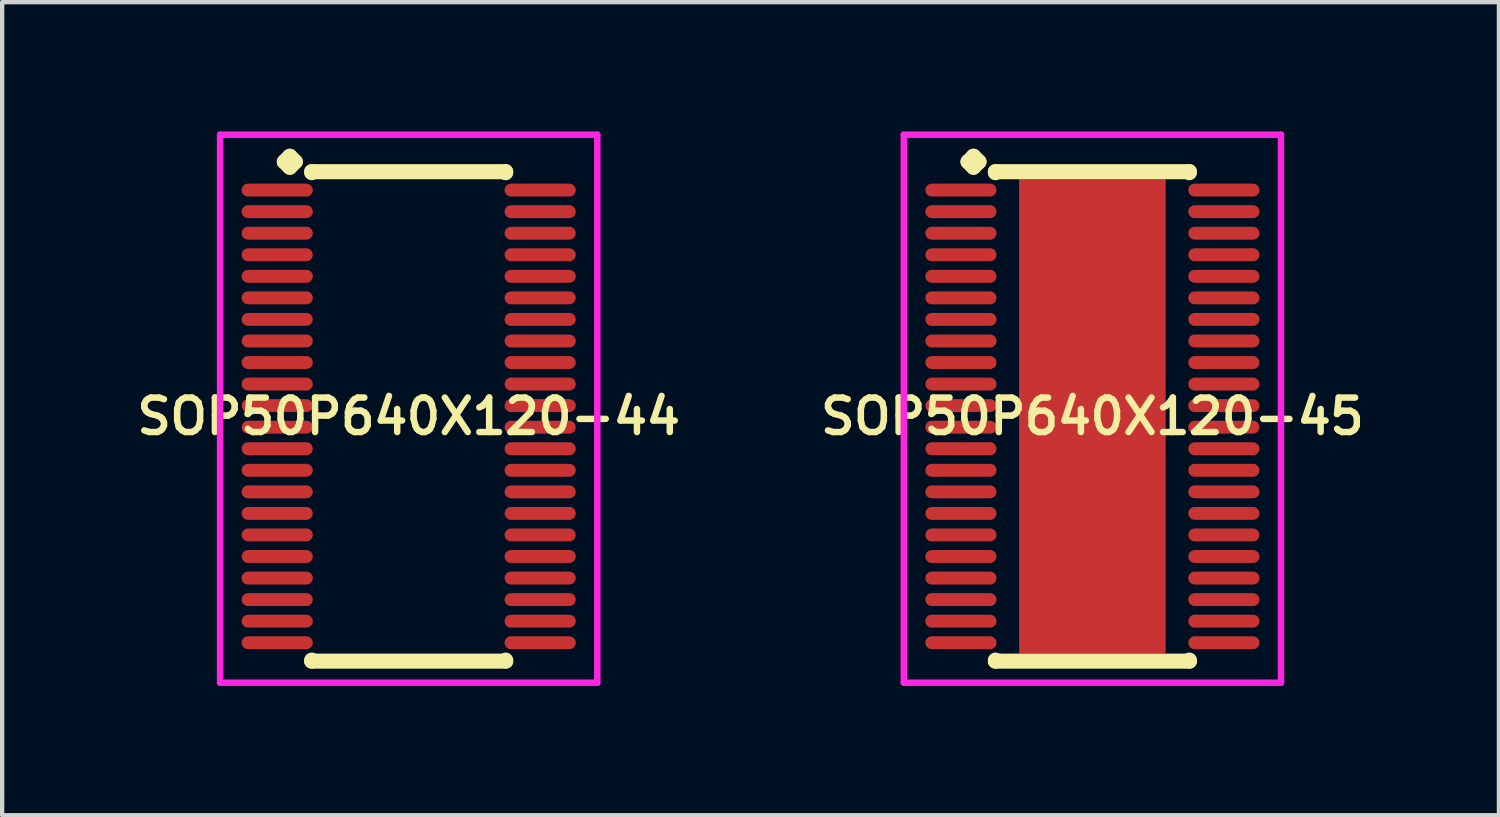
<source format=kicad_pcb>
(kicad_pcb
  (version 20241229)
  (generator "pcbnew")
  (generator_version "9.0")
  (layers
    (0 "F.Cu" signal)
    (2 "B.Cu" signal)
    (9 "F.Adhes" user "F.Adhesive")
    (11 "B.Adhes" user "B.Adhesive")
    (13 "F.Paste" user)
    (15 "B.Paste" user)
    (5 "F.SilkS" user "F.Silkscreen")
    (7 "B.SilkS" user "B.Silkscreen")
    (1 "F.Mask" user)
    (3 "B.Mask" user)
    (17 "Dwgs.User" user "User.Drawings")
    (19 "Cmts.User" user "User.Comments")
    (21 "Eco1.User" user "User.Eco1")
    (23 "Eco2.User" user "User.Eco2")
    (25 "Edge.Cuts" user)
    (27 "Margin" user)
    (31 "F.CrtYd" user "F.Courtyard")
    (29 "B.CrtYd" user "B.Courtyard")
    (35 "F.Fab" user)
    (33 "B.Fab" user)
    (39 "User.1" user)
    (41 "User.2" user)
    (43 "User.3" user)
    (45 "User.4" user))
  (footprint "SOP50P640X120-45"
    (layer "F.Cu")
    (at 22.292 6.61)
    (property "Reference" "SOP50P640X120-45" (at 0 0 0) (layer "F.SilkS") (effects (font (size 0.8 0.8) (thickness 0.15))))
    (attr smd)
    (fp_line (start -2.885 -5.908) (end -2.758 -6.035) (stroke (width 0.35) (type solid)) (layer "F.SilkS"))
    (fp_line (start -2.758 -6.035) (end -2.631 -5.908) (stroke (width 0.35) (type solid)) (layer "F.SilkS"))
    (fp_line (start -2.758 -5.781) (end -2.885 -5.908) (stroke (width 0.35) (type solid)) (layer "F.SilkS"))
    (fp_line (start -2.631 -5.908) (end -2.758 -5.781) (stroke (width 0.35) (type solid)) (layer "F.SilkS"))
    (fp_line (start -2.25 -5.677) (end 2.25 -5.677) (stroke (width 0.35) (type solid)) (layer "F.SilkS"))
    (fp_line (start -2.25 -5.654) (end -2.25 -5.677) (stroke (width 0.35) (type solid)) (layer "F.SilkS"))
    (fp_line (start -2.25 5.654) (end -2.25 5.677) (stroke (width 0.35) (type solid)) (layer "F.SilkS"))
    (fp_line (start -2.25 5.677) (end 2.25 5.677) (stroke (width 0.35) (type solid)) (layer "F.SilkS"))
    (fp_line (start 2.25 -5.677) (end 2.25 -5.654) (stroke (width 0.35) (type solid)) (layer "F.SilkS"))
    (fp_line (start 2.25 5.677) (end 2.25 5.654) (stroke (width 0.35) (type solid)) (layer "F.SilkS"))
    (fp_line (start -4.375 -6.535) (end 4.375 -6.535) (stroke (width 0.15) (type solid)) (layer "F.CrtYd"))
    (fp_line (start -4.375 6.177) (end -4.375 -6.535) (stroke (width 0.15) (type solid)) (layer "F.CrtYd"))
    (fp_line (start 4.375 -6.535) (end 4.375 6.177) (stroke (width 0.15) (type solid)) (layer "F.CrtYd"))
    (fp_line (start 4.375 6.177) (end -4.375 6.177) (stroke (width 0.15) (type solid)) (layer "F.CrtYd"))
    (pad "1" smd oval (at -3.05 -5.25) (size 1.65 0.3) (layers "F.Cu" "F.Mask" "F.Paste"))
    (pad "2" smd oval (at -3.05 -4.75) (size 1.65 0.3) (layers "F.Cu" "F.Mask" "F.Paste"))
    (pad "3" smd oval (at -3.05 -4.25) (size 1.65 0.3) (layers "F.Cu" "F.Mask" "F.Paste"))
    (pad "4" smd oval (at -3.05 -3.75) (size 1.65 0.3) (layers "F.Cu" "F.Mask" "F.Paste"))
    (pad "5" smd oval (at -3.05 -3.25) (size 1.65 0.3) (layers "F.Cu" "F.Mask" "F.Paste"))
    (pad "6" smd oval (at -3.05 -2.75) (size 1.65 0.3) (layers "F.Cu" "F.Mask" "F.Paste"))
    (pad "7" smd oval (at -3.05 -2.25) (size 1.65 0.3) (layers "F.Cu" "F.Mask" "F.Paste"))
    (pad "8" smd oval (at -3.05 -1.75) (size 1.65 0.3) (layers "F.Cu" "F.Mask" "F.Paste"))
    (pad "9" smd oval (at -3.05 -1.25) (size 1.65 0.3) (layers "F.Cu" "F.Mask" "F.Paste"))
    (pad "10" smd oval (at -3.05 -0.75) (size 1.65 0.3) (layers "F.Cu" "F.Mask" "F.Paste"))
    (pad "11" smd oval (at -3.05 -0.25) (size 1.65 0.3) (layers "F.Cu" "F.Mask" "F.Paste"))
    (pad "12" smd oval (at -3.05 0.25) (size 1.65 0.3) (layers "F.Cu" "F.Mask" "F.Paste"))
    (pad "13" smd oval (at -3.05 0.75) (size 1.65 0.3) (layers "F.Cu" "F.Mask" "F.Paste"))
    (pad "14" smd oval (at -3.05 1.25) (size 1.65 0.3) (layers "F.Cu" "F.Mask" "F.Paste"))
    (pad "15" smd oval (at -3.05 1.75) (size 1.65 0.3) (layers "F.Cu" "F.Mask" "F.Paste"))
    (pad "16" smd oval (at -3.05 2.25) (size 1.65 0.3) (layers "F.Cu" "F.Mask" "F.Paste"))
    (pad "17" smd oval (at -3.05 2.75) (size 1.65 0.3) (layers "F.Cu" "F.Mask" "F.Paste"))
    (pad "18" smd oval (at -3.05 3.25) (size 1.65 0.3) (layers "F.Cu" "F.Mask" "F.Paste"))
    (pad "19" smd oval (at -3.05 3.75) (size 1.65 0.3) (layers "F.Cu" "F.Mask" "F.Paste"))
    (pad "20" smd oval (at -3.05 4.25) (size 1.65 0.3) (layers "F.Cu" "F.Mask" "F.Paste"))
    (pad "21" smd oval (at -3.05 4.75) (size 1.65 0.3) (layers "F.Cu" "F.Mask" "F.Paste"))
    (pad "22" smd oval (at -3.05 5.25) (size 1.65 0.3) (layers "F.Cu" "F.Mask" "F.Paste"))
    (pad "23" smd oval (at 3.05 5.25) (size 1.65 0.3) (layers "F.Cu" "F.Mask" "F.Paste"))
    (pad "24" smd oval (at 3.05 4.75) (size 1.65 0.3) (layers "F.Cu" "F.Mask" "F.Paste"))
    (pad "25" smd oval (at 3.05 4.25) (size 1.65 0.3) (layers "F.Cu" "F.Mask" "F.Paste"))
    (pad "26" smd oval (at 3.05 3.75) (size 1.65 0.3) (layers "F.Cu" "F.Mask" "F.Paste"))
    (pad "27" smd oval (at 3.05 3.25) (size 1.65 0.3) (layers "F.Cu" "F.Mask" "F.Paste"))
    (pad "28" smd oval (at 3.05 2.75) (size 1.65 0.3) (layers "F.Cu" "F.Mask" "F.Paste"))
    (pad "29" smd oval (at 3.05 2.25) (size 1.65 0.3) (layers "F.Cu" "F.Mask" "F.Paste"))
    (pad "30" smd oval (at 3.05 1.75) (size 1.65 0.3) (layers "F.Cu" "F.Mask" "F.Paste"))
    (pad "31" smd oval (at 3.05 1.25) (size 1.65 0.3) (layers "F.Cu" "F.Mask" "F.Paste"))
    (pad "32" smd oval (at 3.05 0.75) (size 1.65 0.3) (layers "F.Cu" "F.Mask" "F.Paste"))
    (pad "33" smd oval (at 3.05 0.25) (size 1.65 0.3) (layers "F.Cu" "F.Mask" "F.Paste"))
    (pad "34" smd oval (at 3.05 -0.25) (size 1.65 0.3) (layers "F.Cu" "F.Mask" "F.Paste"))
    (pad "35" smd oval (at 3.05 -0.75) (size 1.65 0.3) (layers "F.Cu" "F.Mask" "F.Paste"))
    (pad "36" smd oval (at 3.05 -1.25) (size 1.65 0.3) (layers "F.Cu" "F.Mask" "F.Paste"))
    (pad "37" smd oval (at 3.05 -1.75) (size 1.65 0.3) (layers "F.Cu" "F.Mask" "F.Paste"))
    (pad "38" smd oval (at 3.05 -2.25) (size 1.65 0.3) (layers "F.Cu" "F.Mask" "F.Paste"))
    (pad "39" smd oval (at 3.05 -2.75) (size 1.65 0.3) (layers "F.Cu" "F.Mask" "F.Paste"))
    (pad "40" smd oval (at 3.05 -3.25) (size 1.65 0.3) (layers "F.Cu" "F.Mask" "F.Paste"))
    (pad "41" smd oval (at 3.05 -3.75) (size 1.65 0.3) (layers "F.Cu" "F.Mask" "F.Paste"))
    (pad "42" smd oval (at 3.05 -4.25) (size 1.65 0.3) (layers "F.Cu" "F.Mask" "F.Paste"))
    (pad "43" smd oval (at 3.05 -4.75) (size 1.65 0.3) (layers "F.Cu" "F.Mask" "F.Paste"))
    (pad "44" smd oval (at 3.05 -5.25) (size 1.65 0.3) (layers "F.Cu" "F.Mask" "F.Paste"))
    (pad "45" smd rect (at 0 0) (size 3.4 11) (layers "F.Cu" "F.Mask" "F.Paste")))
  (footprint "SOP50P640X120-44"
    (layer "F.Cu")
    (at 6.431 6.61)
    (property "Reference" "SOP50P640X120-44" (at 0 0 0) (layer "F.SilkS") (effects (font (size 0.8 0.8) (thickness 0.15))))
    (attr smd)
    (fp_line (start -2.885 -5.908) (end -2.758 -6.035) (stroke (width 0.35) (type solid)) (layer "F.SilkS"))
    (fp_line (start -2.758 -6.035) (end -2.631 -5.908) (stroke (width 0.35) (type solid)) (layer "F.SilkS"))
    (fp_line (start -2.758 -5.781) (end -2.885 -5.908) (stroke (width 0.35) (type solid)) (layer "F.SilkS"))
    (fp_line (start -2.631 -5.908) (end -2.758 -5.781) (stroke (width 0.35) (type solid)) (layer "F.SilkS"))
    (fp_line (start -2.25 -5.677) (end 2.25 -5.677) (stroke (width 0.35) (type solid)) (layer "F.SilkS"))
    (fp_line (start -2.25 -5.654) (end -2.25 -5.677) (stroke (width 0.35) (type solid)) (layer "F.SilkS"))
    (fp_line (start -2.25 5.654) (end -2.25 5.677) (stroke (width 0.35) (type solid)) (layer "F.SilkS"))
    (fp_line (start -2.25 5.677) (end 2.25 5.677) (stroke (width 0.35) (type solid)) (layer "F.SilkS"))
    (fp_line (start 2.25 -5.677) (end 2.25 -5.654) (stroke (width 0.35) (type solid)) (layer "F.SilkS"))
    (fp_line (start 2.25 5.677) (end 2.25 5.654) (stroke (width 0.35) (type solid)) (layer "F.SilkS"))
    (fp_line (start -4.375 -6.535) (end 4.375 -6.535) (stroke (width 0.15) (type solid)) (layer "F.CrtYd"))
    (fp_line (start -4.375 6.177) (end -4.375 -6.535) (stroke (width 0.15) (type solid)) (layer "F.CrtYd"))
    (fp_line (start 4.375 -6.535) (end 4.375 6.177) (stroke (width 0.15) (type solid)) (layer "F.CrtYd"))
    (fp_line (start 4.375 6.177) (end -4.375 6.177) (stroke (width 0.15) (type solid)) (layer "F.CrtYd"))
    (pad "1" smd oval (at -3.05 -5.25) (size 1.65 0.3) (layers "F.Cu" "F.Mask" "F.Paste"))
    (pad "2" smd oval (at -3.05 -4.75) (size 1.65 0.3) (layers "F.Cu" "F.Mask" "F.Paste"))
    (pad "3" smd oval (at -3.05 -4.25) (size 1.65 0.3) (layers "F.Cu" "F.Mask" "F.Paste"))
    (pad "4" smd oval (at -3.05 -3.75) (size 1.65 0.3) (layers "F.Cu" "F.Mask" "F.Paste"))
    (pad "5" smd oval (at -3.05 -3.25) (size 1.65 0.3) (layers "F.Cu" "F.Mask" "F.Paste"))
    (pad "6" smd oval (at -3.05 -2.75) (size 1.65 0.3) (layers "F.Cu" "F.Mask" "F.Paste"))
    (pad "7" smd oval (at -3.05 -2.25) (size 1.65 0.3) (layers "F.Cu" "F.Mask" "F.Paste"))
    (pad "8" smd oval (at -3.05 -1.75) (size 1.65 0.3) (layers "F.Cu" "F.Mask" "F.Paste"))
    (pad "9" smd oval (at -3.05 -1.25) (size 1.65 0.3) (layers "F.Cu" "F.Mask" "F.Paste"))
    (pad "10" smd oval (at -3.05 -0.75) (size 1.65 0.3) (layers "F.Cu" "F.Mask" "F.Paste"))
    (pad "11" smd oval (at -3.05 -0.25) (size 1.65 0.3) (layers "F.Cu" "F.Mask" "F.Paste"))
    (pad "12" smd oval (at -3.05 0.25) (size 1.65 0.3) (layers "F.Cu" "F.Mask" "F.Paste"))
    (pad "13" smd oval (at -3.05 0.75) (size 1.65 0.3) (layers "F.Cu" "F.Mask" "F.Paste"))
    (pad "14" smd oval (at -3.05 1.25) (size 1.65 0.3) (layers "F.Cu" "F.Mask" "F.Paste"))
    (pad "15" smd oval (at -3.05 1.75) (size 1.65 0.3) (layers "F.Cu" "F.Mask" "F.Paste"))
    (pad "16" smd oval (at -3.05 2.25) (size 1.65 0.3) (layers "F.Cu" "F.Mask" "F.Paste"))
    (pad "17" smd oval (at -3.05 2.75) (size 1.65 0.3) (layers "F.Cu" "F.Mask" "F.Paste"))
    (pad "18" smd oval (at -3.05 3.25) (size 1.65 0.3) (layers "F.Cu" "F.Mask" "F.Paste"))
    (pad "19" smd oval (at -3.05 3.75) (size 1.65 0.3) (layers "F.Cu" "F.Mask" "F.Paste"))
    (pad "20" smd oval (at -3.05 4.25) (size 1.65 0.3) (layers "F.Cu" "F.Mask" "F.Paste"))
    (pad "21" smd oval (at -3.05 4.75) (size 1.65 0.3) (layers "F.Cu" "F.Mask" "F.Paste"))
    (pad "22" smd oval (at -3.05 5.25) (size 1.65 0.3) (layers "F.Cu" "F.Mask" "F.Paste"))
    (pad "23" smd oval (at 3.05 5.25) (size 1.65 0.3) (layers "F.Cu" "F.Mask" "F.Paste"))
    (pad "24" smd oval (at 3.05 4.75) (size 1.65 0.3) (layers "F.Cu" "F.Mask" "F.Paste"))
    (pad "25" smd oval (at 3.05 4.25) (size 1.65 0.3) (layers "F.Cu" "F.Mask" "F.Paste"))
    (pad "26" smd oval (at 3.05 3.75) (size 1.65 0.3) (layers "F.Cu" "F.Mask" "F.Paste"))
    (pad "27" smd oval (at 3.05 3.25) (size 1.65 0.3) (layers "F.Cu" "F.Mask" "F.Paste"))
    (pad "28" smd oval (at 3.05 2.75) (size 1.65 0.3) (layers "F.Cu" "F.Mask" "F.Paste"))
    (pad "29" smd oval (at 3.05 2.25) (size 1.65 0.3) (layers "F.Cu" "F.Mask" "F.Paste"))
    (pad "30" smd oval (at 3.05 1.75) (size 1.65 0.3) (layers "F.Cu" "F.Mask" "F.Paste"))
    (pad "31" smd oval (at 3.05 1.25) (size 1.65 0.3) (layers "F.Cu" "F.Mask" "F.Paste"))
    (pad "32" smd oval (at 3.05 0.75) (size 1.65 0.3) (layers "F.Cu" "F.Mask" "F.Paste"))
    (pad "33" smd oval (at 3.05 0.25) (size 1.65 0.3) (layers "F.Cu" "F.Mask" "F.Paste"))
    (pad "34" smd oval (at 3.05 -0.25) (size 1.65 0.3) (layers "F.Cu" "F.Mask" "F.Paste"))
    (pad "35" smd oval (at 3.05 -0.75) (size 1.65 0.3) (layers "F.Cu" "F.Mask" "F.Paste"))
    (pad "36" smd oval (at 3.05 -1.25) (size 1.65 0.3) (layers "F.Cu" "F.Mask" "F.Paste"))
    (pad "37" smd oval (at 3.05 -1.75) (size 1.65 0.3) (layers "F.Cu" "F.Mask" "F.Paste"))
    (pad "38" smd oval (at 3.05 -2.25) (size 1.65 0.3) (layers "F.Cu" "F.Mask" "F.Paste"))
    (pad "39" smd oval (at 3.05 -2.75) (size 1.65 0.3) (layers "F.Cu" "F.Mask" "F.Paste"))
    (pad "40" smd oval (at 3.05 -3.25) (size 1.65 0.3) (layers "F.Cu" "F.Mask" "F.Paste"))
    (pad "41" smd oval (at 3.05 -3.75) (size 1.65 0.3) (layers "F.Cu" "F.Mask" "F.Paste"))
    (pad "42" smd oval (at 3.05 -4.25) (size 1.65 0.3) (layers "F.Cu" "F.Mask" "F.Paste"))
    (pad "43" smd oval (at 3.05 -4.75) (size 1.65 0.3) (layers "F.Cu" "F.Mask" "F.Paste"))
    (pad "44" smd oval (at 3.05 -5.25) (size 1.65 0.3) (layers "F.Cu" "F.Mask" "F.Paste")))
  (gr_rect
    (start -3 -3)
    (end 31.723 15.862)
    (stroke (width 0.1) (type default))
    (fill no)
    (layer "Edge.Cuts")))
</source>
